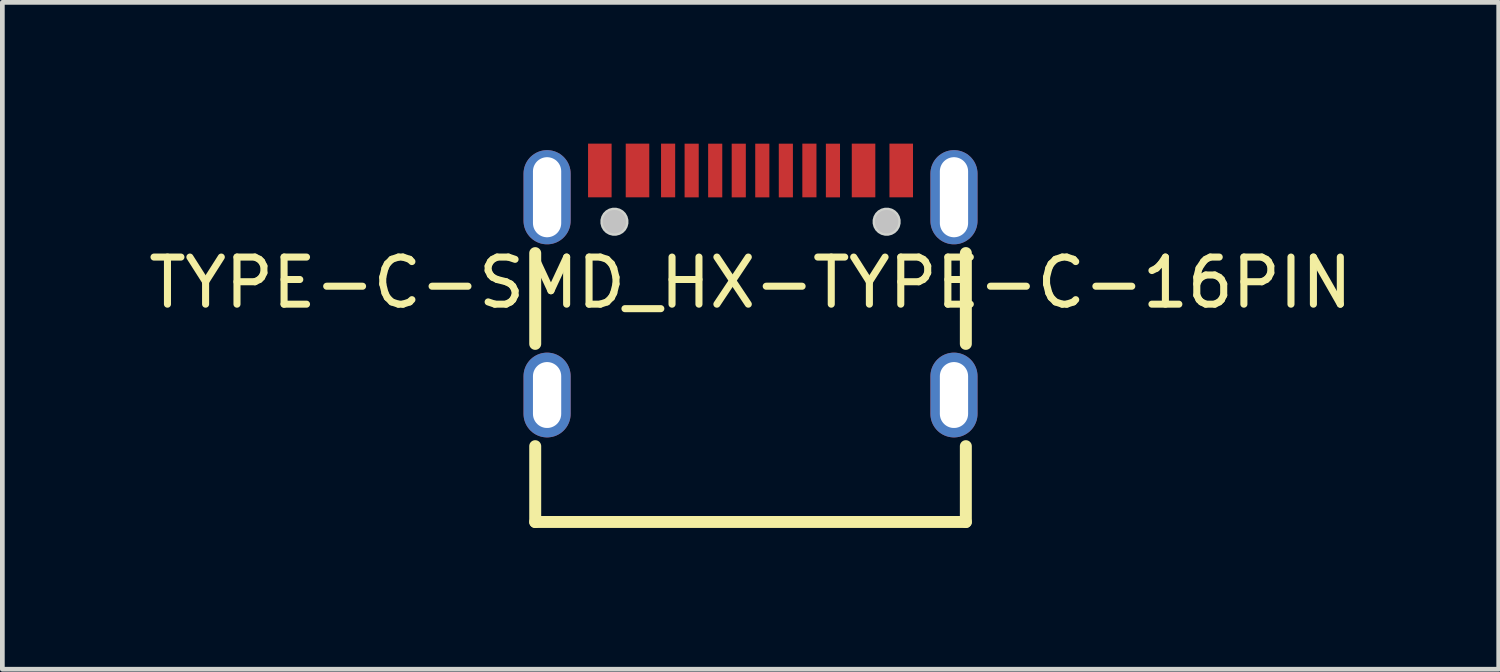
<source format=kicad_pcb>
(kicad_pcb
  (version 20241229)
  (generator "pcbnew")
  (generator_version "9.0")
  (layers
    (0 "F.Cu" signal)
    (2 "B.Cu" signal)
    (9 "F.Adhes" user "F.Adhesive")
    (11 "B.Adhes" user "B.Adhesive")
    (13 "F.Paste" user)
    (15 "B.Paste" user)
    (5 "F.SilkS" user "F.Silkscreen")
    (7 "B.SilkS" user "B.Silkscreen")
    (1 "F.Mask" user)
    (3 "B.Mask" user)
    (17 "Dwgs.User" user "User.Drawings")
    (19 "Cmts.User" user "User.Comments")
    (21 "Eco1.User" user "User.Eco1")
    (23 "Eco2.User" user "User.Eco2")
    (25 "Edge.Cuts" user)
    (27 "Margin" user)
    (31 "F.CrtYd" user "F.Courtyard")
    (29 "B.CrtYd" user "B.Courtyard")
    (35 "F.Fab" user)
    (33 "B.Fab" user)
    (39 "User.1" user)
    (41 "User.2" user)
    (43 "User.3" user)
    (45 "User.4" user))
  (footprint "TYPE-C-SMD_HX-TYPE-C-16PIN"
    (layer "F.Cu")
    (at 12.887 2.954)
    (property "Reference" "TYPE-C-SMD_HX-TYPE-C-16PIN" (at 0 0 0) (layer "F.SilkS") (effects (font (size 1 1) (thickness 0.15))))
    (fp_line (start -4.572 -0.629) (end -4.572 1.298) (stroke (width 0.254) (type default)) (layer "F.SilkS"))
    (fp_line (start -4.572 3.47) (end -4.572 5.08) (stroke (width 0.254) (type default)) (layer "F.SilkS"))
    (fp_line (start -4.572 5.08) (end 4.572 5.08) (stroke (width 0.254) (type default)) (layer "F.SilkS"))
    (fp_line (start 4.572 1.298) (end 4.572 -0.63) (stroke (width 0.254) (type default)) (layer "F.SilkS"))
    (fp_line (start 4.572 5.08) (end 4.572 3.47) (stroke (width 0.254) (type default)) (layer "F.SilkS"))
    (fp_poly (pts (xy -2.95 -1.813) (xy -2.95 -2.954) (xy -3.45 -2.954) (xy -3.45 -1.813)) (stroke (width 0) (type default)) (fill yes) (layer "F.Paste"))
    (fp_poly (pts (xy -2.65 -2.954) (xy -2.65 -1.813) (xy -2.15 -1.813) (xy -2.15 -2.954)) (stroke (width 0) (type default)) (fill yes) (layer "F.Paste"))
    (fp_poly (pts (xy -1.9 -2.954) (xy -1.9 -1.814) (xy -1.6 -1.814) (xy -1.6 -2.954)) (stroke (width 0) (type default)) (fill yes) (layer "F.Paste"))
    (fp_poly (pts (xy -1.4 -2.953) (xy -1.4 -1.813) (xy -1.1 -1.813) (xy -1.1 -2.953)) (stroke (width 0) (type default)) (fill yes) (layer "F.Paste"))
    (fp_poly (pts (xy -0.9 -2.953) (xy -0.9 -1.813) (xy -0.6 -1.813) (xy -0.6 -2.953)) (stroke (width 0) (type default)) (fill yes) (layer "F.Paste"))
    (fp_poly (pts (xy -0.1 -1.813) (xy -0.1 -2.953) (xy -0.4 -2.953) (xy -0.4 -1.813)) (stroke (width 0) (type default)) (fill yes) (layer "F.Paste"))
    (fp_poly (pts (xy 0.4 -1.813) (xy 0.4 -2.953) (xy 0.1 -2.953) (xy 0.1 -1.813)) (stroke (width 0) (type default)) (fill yes) (layer "F.Paste"))
    (fp_poly (pts (xy 0.9 -1.813) (xy 0.9 -2.953) (xy 0.6 -2.953) (xy 0.6 -1.813)) (stroke (width 0) (type default)) (fill yes) (layer "F.Paste"))
    (fp_poly (pts (xy 1.099 -2.954) (xy 1.099 -1.814) (xy 1.399 -1.814) (xy 1.399 -2.954)) (stroke (width 0) (type default)) (fill yes) (layer "F.Paste"))
    (fp_poly (pts (xy 1.9 -1.813) (xy 1.9 -2.953) (xy 1.6 -2.953) (xy 1.6 -1.813)) (stroke (width 0) (type default)) (fill yes) (layer "F.Paste"))
    (fp_poly (pts (xy 2.65 -1.813) (xy 2.65 -2.954) (xy 2.15 -2.954) (xy 2.15 -1.813)) (stroke (width 0) (type default)) (fill yes) (layer "F.Paste"))
    (fp_poly (pts (xy 3.45 -1.813) (xy 3.45 -2.954) (xy 2.95 -2.954) (xy 2.95 -1.813)) (stroke (width 0) (type default)) (fill yes) (layer "F.Paste"))
    (fp_poly (pts (xy -4.332 -2.816) (xy -4.357 -2.814) (xy -4.382 -2.812) (xy -4.407 -2.808) (xy -4.431 -2.804) (xy -4.455 -2.797) (xy -4.479 -2.79) (xy -4.503 -2.781) (xy -4.526 -2.772) (xy -4.548 -2.761) (xy -4.57 -2.749) (xy -4.591 -2.736) (xy -4.612 -2.722) (xy -4.632 -2.707) (xy -4.651 -2.691) (xy -4.669 -2.674) (xy -4.686 -2.656) (xy -4.703 -2.637) (xy -4.718 -2.618) (xy -4.733 -2.598) (xy -4.747 -2.576) (xy -4.759 -2.555) (xy -4.771 -2.533) (xy -4.781 -2.51) (xy -4.79 -2.487) (xy -4.798 -2.463) (xy -4.804 -2.439) (xy -4.81 -2.415) (xy -4.814 -2.39) (xy -4.817 -2.365) (xy -4.819 -2.341) (xy -4.82 -2.316) (xy -4.82 -1.316) (xy -4.819 -1.291) (xy -4.817 -1.266) (xy -4.814 -1.242) (xy -4.81 -1.217) (xy -4.804 -1.192) (xy -4.798 -1.169) (xy -4.79 -1.145) (xy -4.781 -1.121) (xy -4.771 -1.099) (xy -4.759 -1.077) (xy -4.747 -1.055) (xy -4.733 -1.034) (xy -4.718 -1.014) (xy -4.703 -0.995) (xy -4.686 -0.976) (xy -4.669 -0.958) (xy -4.651 -0.941) (xy -4.632 -0.925) (xy -4.612 -0.91) (xy -4.591 -0.896) (xy -4.57 -0.883) (xy -4.548 -0.871) (xy -4.526 -0.86) (xy -4.503 -0.851) (xy -4.479 -0.842) (xy -4.455 -0.835) (xy -4.431 -0.829) (xy -4.407 -0.824) (xy -4.382 -0.82) (xy -4.357 -0.817) (xy -4.332 -0.816) (xy -4.308 -0.816) (xy -4.282 -0.817) (xy -4.258 -0.82) (xy -4.233 -0.824) (xy -4.209 -0.829) (xy -4.184 -0.835) (xy -4.161 -0.842) (xy -4.138 -0.851) (xy -4.114 -0.86) (xy -4.092 -0.871) (xy -4.07 -0.883) (xy -4.049 -0.896) (xy -4.028 -0.91) (xy -4.008 -0.925) (xy -3.989 -0.941) (xy -3.971 -0.958) (xy -3.954 -0.976) (xy -3.937 -0.995) (xy -3.921 -1.014) (xy -3.907 -1.034) (xy -3.893 -1.055) (xy -3.881 -1.077) (xy -3.869 -1.099) (xy -3.86 -1.121) (xy -3.85 -1.145) (xy -3.842 -1.169) (xy -3.836 -1.192) (xy -3.83 -1.217) (xy -3.825 -1.242) (xy -3.822 -1.266) (xy -3.821 -1.291) (xy -3.82 -1.316) (xy -3.82 -2.316) (xy -3.821 -2.341) (xy -3.822 -2.365) (xy -3.825 -2.39) (xy -3.83 -2.415) (xy -3.836 -2.439) (xy -3.842 -2.463) (xy -3.85 -2.487) (xy -3.86 -2.51) (xy -3.869 -2.533) (xy -3.881 -2.555) (xy -3.893 -2.576) (xy -3.907 -2.598) (xy -3.921 -2.618) (xy -3.937 -2.637) (xy -3.954 -2.656) (xy -3.971 -2.674) (xy -3.989 -2.691) (xy -4.008 -2.707) (xy -4.028 -2.722) (xy -4.049 -2.736) (xy -4.07 -2.749) (xy -4.092 -2.761) (xy -4.114 -2.772) (xy -4.138 -2.781) (xy -4.161 -2.79) (xy -4.184 -2.797) (xy -4.209 -2.804) (xy -4.233 -2.808) (xy -4.258 -2.812) (xy -4.282 -2.814) (xy -4.308 -2.816)) (stroke (width 0) (type default)) (fill yes) (layer "F.Paste"))
    (fp_poly (pts (xy -4.332 1.484) (xy -4.357 1.486) (xy -4.382 1.488) (xy -4.407 1.492) (xy -4.431 1.496) (xy -4.455 1.502) (xy -4.479 1.51) (xy -4.503 1.518) (xy -4.526 1.528) (xy -4.548 1.539) (xy -4.57 1.551) (xy -4.591 1.564) (xy -4.612 1.578) (xy -4.632 1.593) (xy -4.651 1.609) (xy -4.669 1.626) (xy -4.686 1.644) (xy -4.703 1.663) (xy -4.718 1.682) (xy -4.733 1.702) (xy -4.747 1.724) (xy -4.759 1.745) (xy -4.771 1.767) (xy -4.781 1.79) (xy -4.79 1.813) (xy -4.798 1.837) (xy -4.804 1.861) (xy -4.81 1.885) (xy -4.814 1.909) (xy -4.817 1.935) (xy -4.819 1.959) (xy -4.82 1.984) (xy -4.82 2.784) (xy -4.819 2.809) (xy -4.817 2.834) (xy -4.814 2.858) (xy -4.81 2.883) (xy -4.804 2.908) (xy -4.798 2.932) (xy -4.79 2.955) (xy -4.781 2.978) (xy -4.771 3.001) (xy -4.759 3.023) (xy -4.747 3.045) (xy -4.733 3.066) (xy -4.718 3.086) (xy -4.703 3.106) (xy -4.686 3.124) (xy -4.669 3.142) (xy -4.651 3.159) (xy -4.632 3.175) (xy -4.612 3.19) (xy -4.591 3.204) (xy -4.57 3.217) (xy -4.548 3.229) (xy -4.526 3.24) (xy -4.503 3.249) (xy -4.479 3.258) (xy -4.455 3.265) (xy -4.431 3.272) (xy -4.407 3.276) (xy -4.382 3.28) (xy -4.357 3.283) (xy -4.332 3.284) (xy -4.308 3.284) (xy -4.282 3.283) (xy -4.258 3.28) (xy -4.233 3.276) (xy -4.209 3.272) (xy -4.184 3.265) (xy -4.161 3.258) (xy -4.138 3.249) (xy -4.114 3.24) (xy -4.092 3.229) (xy -4.07 3.217) (xy -4.049 3.204) (xy -4.028 3.19) (xy -4.008 3.175) (xy -3.989 3.159) (xy -3.971 3.142) (xy -3.954 3.124) (xy -3.937 3.106) (xy -3.921 3.086) (xy -3.907 3.066) (xy -3.893 3.045) (xy -3.881 3.023) (xy -3.869 3.001) (xy -3.86 2.978) (xy -3.85 2.955) (xy -3.842 2.932) (xy -3.836 2.908) (xy -3.83 2.883) (xy -3.825 2.858) (xy -3.822 2.834) (xy -3.821 2.809) (xy -3.82 2.784) (xy -3.82 1.984) (xy -3.821 1.959) (xy -3.822 1.935) (xy -3.825 1.909) (xy -3.83 1.885) (xy -3.836 1.861) (xy -3.842 1.837) (xy -3.85 1.813) (xy -3.86 1.79) (xy -3.869 1.767) (xy -3.881 1.745) (xy -3.893 1.724) (xy -3.907 1.702) (xy -3.921 1.682) (xy -3.937 1.663) (xy -3.954 1.644) (xy -3.971 1.626) (xy -3.989 1.609) (xy -4.008 1.593) (xy -4.028 1.578) (xy -4.049 1.564) (xy -4.07 1.551) (xy -4.092 1.539) (xy -4.114 1.528) (xy -4.138 1.518) (xy -4.161 1.51) (xy -4.184 1.502) (xy -4.209 1.496) (xy -4.233 1.492) (xy -4.258 1.488) (xy -4.282 1.486) (xy -4.308 1.484)) (stroke (width 0) (type default)) (fill yes) (layer "F.Paste"))
    (fp_poly (pts (xy 4.357 -2.814) (xy 4.332 -2.816) (xy 4.308 -2.816) (xy 4.282 -2.814) (xy 4.258 -2.812) (xy 4.233 -2.808) (xy 4.209 -2.804) (xy 4.184 -2.797) (xy 4.161 -2.79) (xy 4.138 -2.781) (xy 4.114 -2.772) (xy 4.092 -2.761) (xy 4.07 -2.749) (xy 4.049 -2.736) (xy 4.028 -2.722) (xy 4.008 -2.707) (xy 3.989 -2.691) (xy 3.971 -2.674) (xy 3.954 -2.656) (xy 3.937 -2.638) (xy 3.921 -2.618) (xy 3.907 -2.598) (xy 3.893 -2.577) (xy 3.881 -2.555) (xy 3.869 -2.533) (xy 3.86 -2.51) (xy 3.85 -2.487) (xy 3.842 -2.463) (xy 3.836 -2.439) (xy 3.83 -2.415) (xy 3.825 -2.39) (xy 3.822 -2.366) (xy 3.821 -2.341) (xy 3.82 -2.316) (xy 3.82 -1.316) (xy 3.821 -1.291) (xy 3.822 -1.266) (xy 3.825 -1.242) (xy 3.83 -1.217) (xy 3.836 -1.192) (xy 3.842 -1.169) (xy 3.85 -1.145) (xy 3.86 -1.122) (xy 3.869 -1.099) (xy 3.881 -1.077) (xy 3.893 -1.056) (xy 3.907 -1.034) (xy 3.921 -1.014) (xy 3.937 -0.995) (xy 3.954 -0.976) (xy 3.971 -0.958) (xy 3.989 -0.941) (xy 4.008 -0.925) (xy 4.028 -0.91) (xy 4.049 -0.896) (xy 4.07 -0.883) (xy 4.092 -0.871) (xy 4.114 -0.861) (xy 4.138 -0.851) (xy 4.161 -0.842) (xy 4.184 -0.835) (xy 4.209 -0.829) (xy 4.233 -0.824) (xy 4.258 -0.82) (xy 4.282 -0.818) (xy 4.308 -0.817) (xy 4.332 -0.817) (xy 4.357 -0.818) (xy 4.382 -0.82) (xy 4.407 -0.824) (xy 4.431 -0.829) (xy 4.455 -0.835) (xy 4.479 -0.842) (xy 4.503 -0.851) (xy 4.526 -0.861) (xy 4.548 -0.871) (xy 4.57 -0.883) (xy 4.591 -0.896) (xy 4.612 -0.91) (xy 4.632 -0.925) (xy 4.651 -0.941) (xy 4.669 -0.958) (xy 4.686 -0.976) (xy 4.703 -0.995) (xy 4.718 -1.014) (xy 4.733 -1.034) (xy 4.747 -1.056) (xy 4.759 -1.077) (xy 4.771 -1.099) (xy 4.781 -1.122) (xy 4.79 -1.145) (xy 4.798 -1.169) (xy 4.804 -1.192) (xy 4.81 -1.217) (xy 4.814 -1.242) (xy 4.817 -1.266) (xy 4.819 -1.291) (xy 4.82 -1.316) (xy 4.82 -2.316) (xy 4.819 -2.341) (xy 4.817 -2.366) (xy 4.814 -2.39) (xy 4.81 -2.415) (xy 4.804 -2.439) (xy 4.798 -2.463) (xy 4.79 -2.487) (xy 4.781 -2.51) (xy 4.771 -2.533) (xy 4.759 -2.555) (xy 4.747 -2.577) (xy 4.733 -2.598) (xy 4.718 -2.618) (xy 4.703 -2.638) (xy 4.686 -2.656) (xy 4.669 -2.674) (xy 4.651 -2.691) (xy 4.632 -2.707) (xy 4.612 -2.722) (xy 4.591 -2.736) (xy 4.57 -2.749) (xy 4.548 -2.761) (xy 4.526 -2.772) (xy 4.503 -2.781) (xy 4.479 -2.79) (xy 4.455 -2.797) (xy 4.431 -2.804) (xy 4.407 -2.808) (xy 4.382 -2.812)) (stroke (width 0) (type default)) (fill yes) (layer "F.Paste"))
    (fp_poly (pts (xy 4.357 1.486) (xy 4.332 1.484) (xy 4.308 1.484) (xy 4.282 1.486) (xy 4.258 1.488) (xy 4.233 1.492) (xy 4.209 1.496) (xy 4.184 1.502) (xy 4.161 1.51) (xy 4.138 1.518) (xy 4.114 1.528) (xy 4.092 1.539) (xy 4.07 1.551) (xy 4.049 1.564) (xy 4.028 1.578) (xy 4.008 1.593) (xy 3.989 1.609) (xy 3.971 1.626) (xy 3.954 1.644) (xy 3.937 1.663) (xy 3.921 1.682) (xy 3.907 1.702) (xy 3.893 1.724) (xy 3.881 1.745) (xy 3.869 1.767) (xy 3.86 1.79) (xy 3.85 1.813) (xy 3.842 1.837) (xy 3.836 1.861) (xy 3.83 1.885) (xy 3.825 1.909) (xy 3.822 1.935) (xy 3.821 1.959) (xy 3.82 1.984) (xy 3.82 2.784) (xy 3.821 2.809) (xy 3.822 2.834) (xy 3.825 2.858) (xy 3.83 2.883) (xy 3.836 2.908) (xy 3.842 2.932) (xy 3.85 2.955) (xy 3.86 2.978) (xy 3.869 3.001) (xy 3.881 3.023) (xy 3.893 3.045) (xy 3.907 3.066) (xy 3.921 3.086) (xy 3.937 3.106) (xy 3.954 3.124) (xy 3.971 3.142) (xy 3.989 3.159) (xy 4.008 3.175) (xy 4.028 3.19) (xy 4.049 3.204) (xy 4.07 3.217) (xy 4.092 3.229) (xy 4.114 3.24) (xy 4.138 3.249) (xy 4.161 3.258) (xy 4.184 3.265) (xy 4.209 3.272) (xy 4.233 3.276) (xy 4.258 3.28) (xy 4.282 3.283) (xy 4.308 3.284) (xy 4.332 3.284) (xy 4.357 3.283) (xy 4.382 3.28) (xy 4.407 3.276) (xy 4.431 3.272) (xy 4.455 3.265) (xy 4.479 3.258) (xy 4.503 3.249) (xy 4.526 3.24) (xy 4.548 3.229) (xy 4.57 3.217) (xy 4.591 3.204) (xy 4.612 3.19) (xy 4.632 3.175) (xy 4.651 3.159) (xy 4.669 3.142) (xy 4.686 3.124) (xy 4.703 3.106) (xy 4.718 3.086) (xy 4.733 3.066) (xy 4.747 3.045) (xy 4.759 3.023) (xy 4.771 3.001) (xy 4.781 2.978) (xy 4.79 2.955) (xy 4.798 2.932) (xy 4.804 2.908) (xy 4.81 2.883) (xy 4.814 2.858) (xy 4.817 2.834) (xy 4.819 2.809) (xy 4.82 2.784) (xy 4.82 1.984) (xy 4.819 1.959) (xy 4.817 1.935) (xy 4.814 1.909) (xy 4.81 1.885) (xy 4.804 1.861) (xy 4.798 1.837) (xy 4.79 1.813) (xy 4.781 1.79) (xy 4.771 1.767) (xy 4.759 1.745) (xy 4.747 1.724) (xy 4.733 1.702) (xy 4.718 1.682) (xy 4.703 1.663) (xy 4.686 1.644) (xy 4.669 1.626) (xy 4.651 1.609) (xy 4.632 1.593) (xy 4.612 1.578) (xy 4.591 1.564) (xy 4.57 1.551) (xy 4.548 1.539) (xy 4.526 1.528) (xy 4.503 1.518) (xy 4.479 1.51) (xy 4.455 1.502) (xy 4.431 1.496) (xy 4.407 1.492) (xy 4.382 1.488)) (stroke (width 0) (type default)) (fill yes) (layer "F.Paste"))
    (fp_circle (center -2.89 -1.296) (end -2.765 -1.296) (stroke (width 0.25) (type default)) (fill no) (layer "Dwgs.User"))
    (fp_circle (center 2.89 -1.296) (end 3.015 -1.296) (stroke (width 0.25) (type default)) (fill no) (layer "Dwgs.User"))
    (fp_poly (pts (xy -2.593 -1.335) (xy -2.613 -1.411) (xy -2.652 -1.479) (xy -2.707 -1.534) (xy -2.775 -1.573) (xy -2.851 -1.593) (xy -2.929 -1.593) (xy -3.005 -1.573) (xy -3.073 -1.534) (xy -3.128 -1.479) (xy -3.167 -1.411) (xy -3.187 -1.335) (xy -3.187 -1.257) (xy -3.167 -1.181) (xy -3.128 -1.113) (xy -3.073 -1.058) (xy -3.005 -1.019) (xy -2.929 -0.999) (xy -2.851 -0.999) (xy -2.775 -1.019) (xy -2.707 -1.058) (xy -2.652 -1.113) (xy -2.613 -1.181) (xy -2.593 -1.257)) (stroke (width 0) (type default)) (fill yes) (layer "Edge.Cuts"))
    (fp_poly (pts (xy 3.187 -1.335) (xy 3.167 -1.411) (xy 3.128 -1.479) (xy 3.073 -1.534) (xy 3.005 -1.573) (xy 2.929 -1.593) (xy 2.851 -1.593) (xy 2.775 -1.573) (xy 2.707 -1.534) (xy 2.652 -1.479) (xy 2.613 -1.411) (xy 2.593 -1.335) (xy 2.593 -1.257) (xy 2.613 -1.181) (xy 2.652 -1.113) (xy 2.707 -1.058) (xy 2.775 -1.019) (xy 2.851 -0.999) (xy 2.929 -0.999) (xy 3.005 -1.019) (xy 3.073 -1.058) (xy 3.128 -1.113) (xy 3.167 -1.181) (xy 3.187 -1.257)) (stroke (width 0) (type default)) (fill yes) (layer "Edge.Cuts"))
    (fp_poly (pts (xy -4.47 -2.416) (xy -4.17 -2.416) (xy -4.17 -1.216) (xy -4.47 -1.216)) (stroke (width 0.1) (type default)) (fill no) (layer "User.1"))
    (fp_poly (pts (xy -4.47 1.984) (xy -4.17 1.984) (xy -4.17 2.784) (xy -4.47 2.784)) (stroke (width 0.1) (type default)) (fill no) (layer "User.1"))
    (fp_poly (pts (xy -3.45 -2.733) (xy -2.95 -2.733) (xy -2.95 -2.034) (xy -3.45 -2.034)) (stroke (width 0.1) (type default)) (fill no) (layer "User.1"))
    (fp_poly (pts (xy -2.65 -2.733) (xy -2.15 -2.733) (xy -2.15 -2.034) (xy -2.65 -2.034)) (stroke (width 0.1) (type default)) (fill no) (layer "User.1"))
    (fp_poly (pts (xy -1.875 -2.734) (xy -1.625 -2.734) (xy -1.625 -2.034) (xy -1.875 -2.034)) (stroke (width 0.1) (type default)) (fill no) (layer "User.1"))
    (fp_poly (pts (xy -1.375 -2.733) (xy -1.125 -2.733) (xy -1.125 -2.034) (xy -1.375 -2.034)) (stroke (width 0.1) (type default)) (fill no) (layer "User.1"))
    (fp_poly (pts (xy -0.875 -2.733) (xy -0.625 -2.733) (xy -0.625 -2.034) (xy -0.875 -2.034)) (stroke (width 0.1) (type default)) (fill no) (layer "User.1"))
    (fp_poly (pts (xy -0.375 -2.733) (xy -0.125 -2.733) (xy -0.125 -2.034) (xy -0.375 -2.034)) (stroke (width 0.1) (type default)) (fill no) (layer "User.1"))
    (fp_poly (pts (xy 0.125 -2.733) (xy 0.375 -2.733) (xy 0.375 -2.034) (xy 0.125 -2.034)) (stroke (width 0.1) (type default)) (fill no) (layer "User.1"))
    (fp_poly (pts (xy 0.625 -2.733) (xy 0.875 -2.733) (xy 0.875 -2.034) (xy 0.625 -2.034)) (stroke (width 0.1) (type default)) (fill no) (layer "User.1"))
    (fp_poly (pts (xy 1.125 -2.734) (xy 1.375 -2.734) (xy 1.375 -2.034) (xy 1.125 -2.034)) (stroke (width 0.1) (type default)) (fill no) (layer "User.1"))
    (fp_poly (pts (xy 1.625 -2.733) (xy 1.875 -2.733) (xy 1.875 -2.034) (xy 1.625 -2.034)) (stroke (width 0.1) (type default)) (fill no) (layer "User.1"))
    (fp_poly (pts (xy 2.15 -2.733) (xy 2.65 -2.733) (xy 2.65 -2.034) (xy 2.15 -2.034)) (stroke (width 0.1) (type default)) (fill no) (layer "User.1"))
    (fp_poly (pts (xy 2.95 -2.733) (xy 3.45 -2.733) (xy 3.45 -2.034) (xy 2.95 -2.034)) (stroke (width 0.1) (type default)) (fill no) (layer "User.1"))
    (fp_poly (pts (xy 4.17 -2.416) (xy 4.47 -2.416) (xy 4.47 -1.216) (xy 4.17 -1.216)) (stroke (width 0.1) (type default)) (fill no) (layer "User.1"))
    (fp_poly (pts (xy 4.17 1.984) (xy 4.47 1.984) (xy 4.47 2.784) (xy 4.17 2.784)) (stroke (width 0.1) (type default)) (fill no) (layer "User.1"))
    (fp_line (start -4.47 -2.366) (end 4.47 -2.366) (stroke (width 0.051) (type default)) (layer "User.2"))
    (fp_line (start -4.47 4.984) (end -4.47 -2.366) (stroke (width 0.051) (type default)) (layer "User.2"))
    (fp_line (start 4.47 -2.366) (end 4.47 4.984) (stroke (width 0.051) (type default)) (layer "User.2"))
    (fp_line (start 4.47 4.984) (end -4.47 4.984) (stroke (width 0.051) (type default)) (layer "User.2"))
    (fp_poly (pts (xy -4.415 -2.757) (xy -4.447 -2.789) (xy -4.493 -2.789) (xy -4.525 -2.757) (xy -4.525 -2.711) (xy -4.493 -2.679) (xy -4.447 -2.679) (xy -4.415 -2.711)) (stroke (width 0.1) (type default)) (fill no) (layer "User.3"))
    (pad "17" thru_hole oval (at -4.32 -1.816) (size 1 2) (drill oval 0.6 1.7) (layers "*.Cu" "*.Mask"))
    (pad "18" thru_hole oval (at -4.32 2.384) (size 1 1.8) (drill oval 0.6 1.4) (layers "*.Cu" "*.Mask"))
    (pad "19" thru_hole oval (at 4.32 2.384) (size 1 1.8) (drill oval 0.6 1.4) (layers "*.Cu" "*.Mask"))
    (pad "20" thru_hole oval (at 4.32 -1.816) (size 1 2) (drill oval 0.6 1.7) (layers "*.Cu" "*.Mask"))
    (pad "A5" smd rect (at -1.25 -2.383) (size 0.3 1.14) (layers "F.Cu" "F.Mask" "F.Paste"))
    (pad "A6" smd rect (at -0.25 -2.383) (size 0.3 1.14) (layers "F.Cu" "F.Mask" "F.Paste"))
    (pad "A7" smd rect (at 0.25 -2.383) (size 0.3 1.14) (layers "F.Cu" "F.Mask" "F.Paste"))
    (pad "A8" smd rect (at 1.25 -2.384) (size 0.3 1.14) (layers "F.Cu" "F.Mask" "F.Paste"))
    (pad "A9B4" smd rect (at 2.4 -2.384) (size 0.5 1.14) (layers "F.Cu" "F.Mask" "F.Paste"))
    (pad "A12B1" smd rect (at 3.2 -2.384) (size 0.5 1.14) (layers "F.Cu" "F.Mask" "F.Paste"))
    (pad "B5" smd rect (at 1.75 -2.383) (size 0.3 1.14) (layers "F.Cu" "F.Mask" "F.Paste"))
    (pad "B6" smd rect (at 0.75 -2.383) (size 0.3 1.14) (layers "F.Cu" "F.Mask" "F.Paste"))
    (pad "B7" smd rect (at -0.75 -2.383) (size 0.3 1.14) (layers "F.Cu" "F.Mask" "F.Paste"))
    (pad "B8" smd rect (at -1.75 -2.384) (size 0.3 1.14) (layers "F.Cu" "F.Mask" "F.Paste"))
    (pad "B9A4" smd rect (at -2.4 -2.384) (size 0.5 1.14) (layers "F.Cu" "F.Mask" "F.Paste"))
    (pad "B12A1" smd rect (at -3.2 -2.384) (size 0.5 1.14) (layers "F.Cu" "F.Mask" "F.Paste")))
  (gr_rect
    (start -3 -3)
    (end 28.774 11.161)
    (stroke (width 0.1) (type default))
    (fill no)
    (layer "Edge.Cuts")))
</source>
